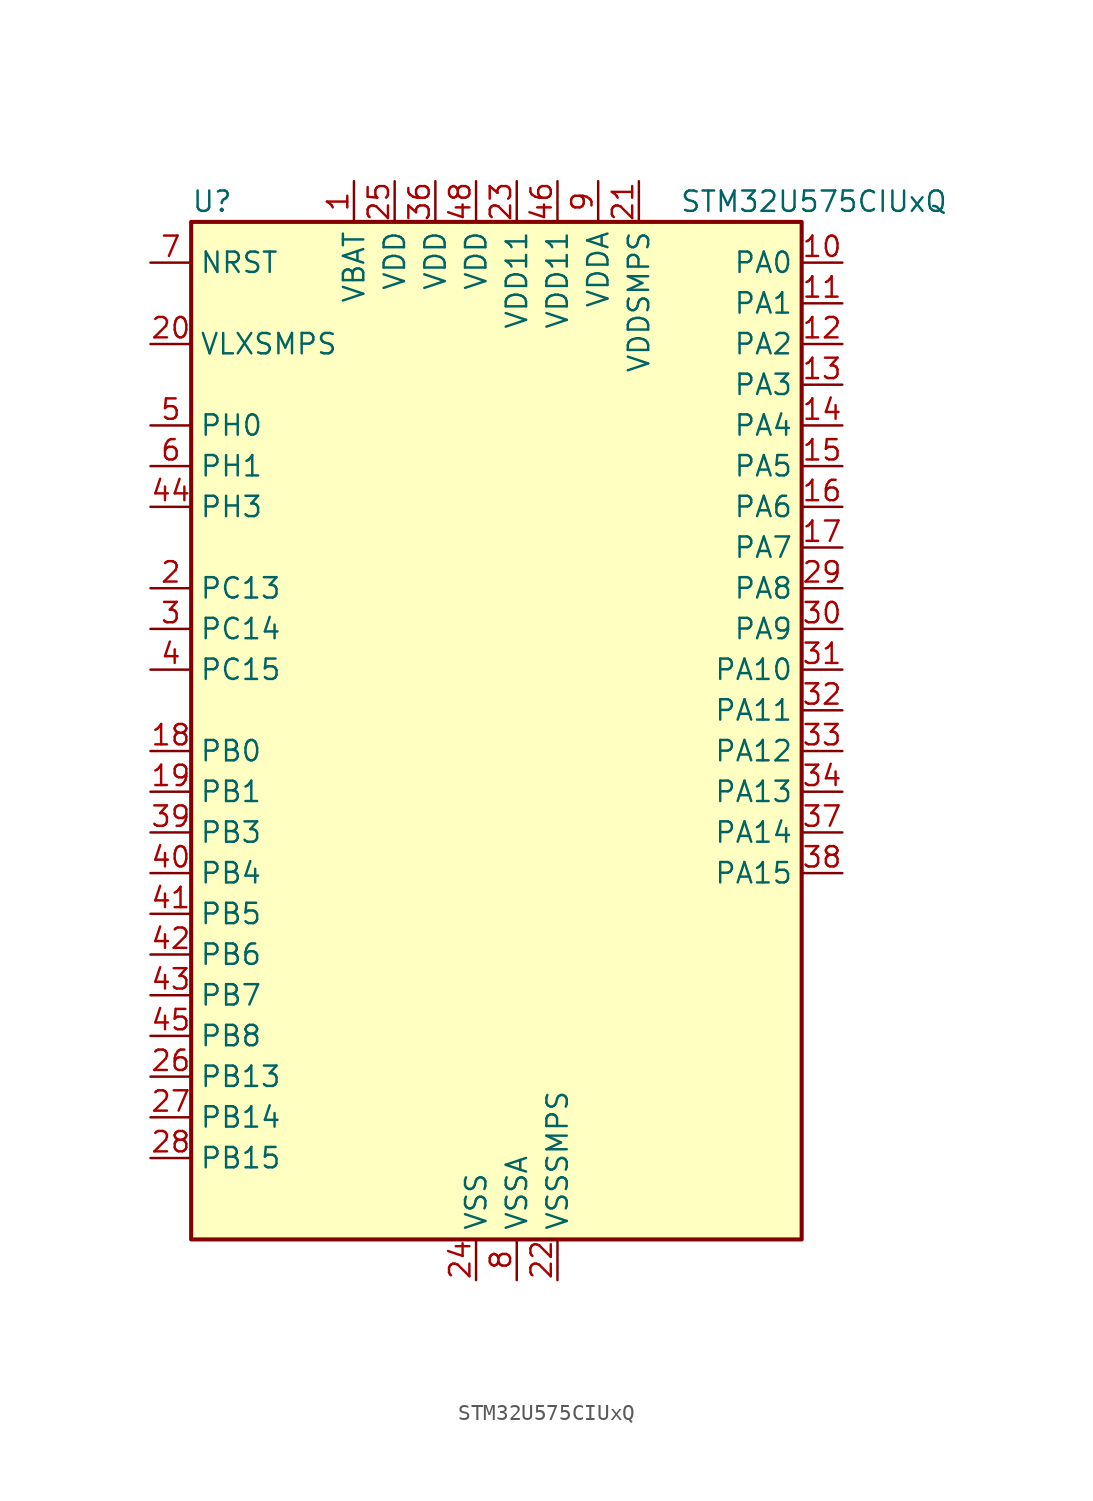
<source format=kicad_sym>
(kicad_symbol_lib
  (version 20211014)
  (generator kicad-library-utils)
  (symbol "STM32U575CIUxQ"
    (property "Reference" "U"
      (at -17.78 34.29 0)
      (effects (font (size 1.27 1.27)) (justify left)))
    (property "Value" "STM32U575CIUxQ"
      (at 12.7 34.29 0)
      (effects (font (size 1.27 1.27)) (justify left)))
    (property "ki_fp_filters" "QFN*1EP*7x7mm*P0.5mm*"
      (at 0.0 0.0 0.0)
      (effects (font (size 1.27 1.27))))
    (symbol "STM32U575CIUxQ_0_1"
      (rectangle (start -17.78 -30.48) (end 20.32 33.02) (stroke (width 0.254)) (fill (type background))))
    (symbol "STM32U575CIUxQ_1_1"
      (pin input line (at -20.32 30.48 0) (length 2.54) (name "NRST" (effects (font (size 1.27 1.27)))) (number "7" (effects (font (size 1.27 1.27)))))
      (pin power_in line (at -20.32 25.4 0) (length 2.54) (name "VLXSMPS" (effects (font (size 1.27 1.27)))) (number "20" (effects (font (size 1.27 1.27)))))
      (pin bidirectional line (at -20.32 20.32 0) (length 2.54) (name "PH0" (effects (font (size 1.27 1.27)))) (number "5" (effects (font (size 1.27 1.27)))) (alternate "RCC_OSC_IN" bidirectional line))
      (pin bidirectional line (at -20.32 17.78 0) (length 2.54) (name "PH1" (effects (font (size 1.27 1.27)))) (number "6" (effects (font (size 1.27 1.27)))) (alternate "RCC_OSC_OUT" bidirectional line))
      (pin bidirectional line (at -20.32 15.24 0) (length 2.54) (name "PH3" (effects (font (size 1.27 1.27)))) (number "44" (effects (font (size 1.27 1.27)))))
      (pin bidirectional line (at -20.32 10.16 0) (length 2.54) (name "PC13" (effects (font (size 1.27 1.27)))) (number "2" (effects (font (size 1.27 1.27)))) (alternate "PWR_WKUP2" bidirectional line) (alternate "RTC_OUT1" bidirectional line) (alternate "RTC_TS" bidirectional line) (alternate "TAMP_IN1" bidirectional line) (alternate "TAMP_OUT2" bidirectional line))
      (pin bidirectional line (at -20.32 7.62 0) (length 2.54) (name "PC14" (effects (font (size 1.27 1.27)))) (number "3" (effects (font (size 1.27 1.27)))) (alternate "RCC_OSC32_IN" bidirectional line))
      (pin bidirectional line (at -20.32 5.08 0) (length 2.54) (name "PC15" (effects (font (size 1.27 1.27)))) (number "4" (effects (font (size 1.27 1.27)))) (alternate "ADC1_EXTI15" bidirectional line) (alternate "ADC4_EXTI15" bidirectional line) (alternate "RCC_OSC32_OUT" bidirectional line))
      (pin bidirectional line (at -20.32 0.0 0) (length 2.54) (name "PB0" (effects (font (size 1.27 1.27)))) (number "18" (effects (font (size 1.27 1.27)))) (alternate "ADC1_IN15" bidirectional line) (alternate "ADC4_IN18" bidirectional line) (alternate "AUDIOCLK" bidirectional line) (alternate "COMP1_OUT" bidirectional line) (alternate "LPTIM3_CH1" bidirectional line) (alternate "OCTOSPIM_P1_IO1" bidirectional line) (alternate "OPAMP2_VOUT" bidirectional line) (alternate "SPI1_NSS" bidirectional line) (alternate "TIM1_CH2N" bidirectional line) (alternate "TIM3_CH3" bidirectional line) (alternate "TIM8_CH2N" bidirectional line) (alternate "USART3_CK" bidirectional line))
      (pin bidirectional line (at -20.32 -2.54 0) (length 2.54) (name "PB1" (effects (font (size 1.27 1.27)))) (number "19" (effects (font (size 1.27 1.27)))) (alternate "ADC1_IN16" bidirectional line) (alternate "ADC4_IN19" bidirectional line) (alternate "COMP1_INM" bidirectional line) (alternate "LPTIM2_IN1" bidirectional line) (alternate "LPTIM3_CH2" bidirectional line) (alternate "LPUART1_DE" bidirectional line) (alternate "LPUART1_RTS" bidirectional line) (alternate "MDF1_SDI0" bidirectional line) (alternate "OCTOSPIM_P1_IO0" bidirectional line) (alternate "PWR_WKUP4" bidirectional line) (alternate "TIM1_CH3N" bidirectional line) (alternate "TIM3_CH4" bidirectional line) (alternate "TIM8_CH3N" bidirectional line) (alternate "USART3_DE" bidirectional line) (alternate "USART3_RTS" bidirectional line))
      (pin bidirectional line (at -20.32 -5.08 0) (length 2.54) (name "PB3" (effects (font (size 1.27 1.27)))) (number "39" (effects (font (size 1.27 1.27)))) (alternate "ADF1_CCK0" bidirectional line) (alternate "COMP2_INM" bidirectional line) (alternate "CRS_SYNC" bidirectional line) (alternate "DEBUG_JTDO-SWO" bidirectional line) (alternate "I2C1_SDA" bidirectional line) (alternate "LPTIM1_CH1" bidirectional line) (alternate "SAI1_SCK_B" bidirectional line) (alternate "SPI1_SCK" bidirectional line) (alternate "SPI3_SCK" bidirectional line) (alternate "TIM2_CH2" bidirectional line) (alternate "USART1_DE" bidirectional line) (alternate "USART1_RTS" bidirectional line))
      (pin bidirectional line (at -20.32 -7.62 0) (length 2.54) (name "PB4" (effects (font (size 1.27 1.27)))) (number "40" (effects (font (size 1.27 1.27)))) (alternate "ADF1_SDI0" bidirectional line) (alternate "COMP2_INP" bidirectional line) (alternate "DEBUG_JTRST" bidirectional line) (alternate "I2C3_SDA" bidirectional line) (alternate "LPTIM1_CH2" bidirectional line) (alternate "SAI1_MCLK_B" bidirectional line) (alternate "SPI1_MISO" bidirectional line) (alternate "SPI3_MISO" bidirectional line) (alternate "TIM17_BKIN" bidirectional line) (alternate "TIM3_CH1" bidirectional line) (alternate "TSC_G2_IO1" bidirectional line) (alternate "USART1_CTS" bidirectional line))
      (pin bidirectional line (at -20.32 -10.16 0) (length 2.54) (name "PB5" (effects (font (size 1.27 1.27)))) (number "41" (effects (font (size 1.27 1.27)))) (alternate "COMP2_OUT" bidirectional line) (alternate "I2C1_SMBA" bidirectional line) (alternate "LPTIM1_IN1" bidirectional line) (alternate "OCTOSPIM_P1_NCLK" bidirectional line) (alternate "PWR_WKUP6" bidirectional line) (alternate "SAI1_SD_B" bidirectional line) (alternate "SPI1_MOSI" bidirectional line) (alternate "SPI3_MOSI" bidirectional line) (alternate "TIM16_BKIN" bidirectional line) (alternate "TIM3_CH2" bidirectional line) (alternate "TSC_G2_IO2" bidirectional line) (alternate "UCPD1_DBCC1" bidirectional line) (alternate "USART1_CK" bidirectional line))
      (pin bidirectional line (at -20.32 -12.7 0) (length 2.54) (name "PB6" (effects (font (size 1.27 1.27)))) (number "42" (effects (font (size 1.27 1.27)))) (alternate "COMP2_INP" bidirectional line) (alternate "I2C1_SCL" bidirectional line) (alternate "I2C4_SCL" bidirectional line) (alternate "LPTIM1_ETR" bidirectional line) (alternate "MDF1_SDI5" bidirectional line) (alternate "PWR_WKUP3" bidirectional line) (alternate "SAI1_FS_B" bidirectional line) (alternate "TIM16_CH1N" bidirectional line) (alternate "TIM4_CH1" bidirectional line) (alternate "TIM8_BKIN2" bidirectional line) (alternate "TSC_G2_IO3" bidirectional line) (alternate "USART1_TX" bidirectional line))
      (pin bidirectional line (at -20.32 -15.24 0) (length 2.54) (name "PB7" (effects (font (size 1.27 1.27)))) (number "43" (effects (font (size 1.27 1.27)))) (alternate "COMP2_INM" bidirectional line) (alternate "I2C1_SDA" bidirectional line) (alternate "I2C4_SDA" bidirectional line) (alternate "LPTIM1_IN2" bidirectional line) (alternate "MDF1_CKI5" bidirectional line) (alternate "PWR_PVD_IN" bidirectional line) (alternate "PWR_WKUP4" bidirectional line) (alternate "TIM17_CH1N" bidirectional line) (alternate "TIM4_CH2" bidirectional line) (alternate "TIM8_BKIN" bidirectional line) (alternate "TSC_G2_IO4" bidirectional line) (alternate "UART4_CTS" bidirectional line) (alternate "USART1_RX" bidirectional line))
      (pin bidirectional line (at -20.32 -17.78 0) (length 2.54) (name "PB8" (effects (font (size 1.27 1.27)))) (number "45" (effects (font (size 1.27 1.27)))) (alternate "FDCAN1_RX" bidirectional line) (alternate "I2C1_SCL" bidirectional line) (alternate "MDF1_CCK0" bidirectional line) (alternate "PWR_WKUP5" bidirectional line) (alternate "SAI1_CK1" bidirectional line) (alternate "SAI1_MCLK_A" bidirectional line) (alternate "SPI3_RDY" bidirectional line) (alternate "TIM16_CH1" bidirectional line) (alternate "TIM4_CH3" bidirectional line))
      (pin bidirectional line (at -20.32 -20.32 0) (length 2.54) (name "PB13" (effects (font (size 1.27 1.27)))) (number "26" (effects (font (size 1.27 1.27)))) (alternate "I2C2_SCL" bidirectional line) (alternate "LPTIM3_IN1" bidirectional line) (alternate "LPUART1_CTS" bidirectional line) (alternate "MDF1_CKI1" bidirectional line) (alternate "SPI2_SCK" bidirectional line) (alternate "TIM15_CH1N" bidirectional line) (alternate "TIM1_CH1N" bidirectional line) (alternate "TSC_G1_IO2" bidirectional line) (alternate "USART3_CTS" bidirectional line))
      (pin bidirectional line (at -20.32 -22.86 0) (length 2.54) (name "PB14" (effects (font (size 1.27 1.27)))) (number "27" (effects (font (size 1.27 1.27)))) (alternate "I2C2_SDA" bidirectional line) (alternate "LPTIM3_ETR" bidirectional line) (alternate "MDF1_SDI2" bidirectional line) (alternate "SPI2_MISO" bidirectional line) (alternate "TIM15_CH1" bidirectional line) (alternate "TIM1_CH2N" bidirectional line) (alternate "TIM8_CH2N" bidirectional line) (alternate "TSC_G1_IO3" bidirectional line) (alternate "UCPD1_DBCC2" bidirectional line) (alternate "USART3_DE" bidirectional line) (alternate "USART3_RTS" bidirectional line))
      (pin bidirectional line (at -20.32 -25.4 0) (length 2.54) (name "PB15" (effects (font (size 1.27 1.27)))) (number "28" (effects (font (size 1.27 1.27)))) (alternate "ADC1_EXTI15" bidirectional line) (alternate "ADC4_EXTI15" bidirectional line) (alternate "LPTIM2_IN2" bidirectional line) (alternate "MDF1_CKI2" bidirectional line) (alternate "PWR_WKUP7" bidirectional line) (alternate "RTC_REFIN" bidirectional line) (alternate "SPI2_MOSI" bidirectional line) (alternate "TIM15_CH2" bidirectional line) (alternate "TIM1_CH3N" bidirectional line) (alternate "TIM8_CH3N" bidirectional line) (alternate "UCPD1_CC2" bidirectional line))
      (pin bidirectional line (at 22.86 30.48 180) (length 2.54) (name "PA0" (effects (font (size 1.27 1.27)))) (number "10" (effects (font (size 1.27 1.27)))) (alternate "ADC1_IN5" bidirectional line) (alternate "AUDIOCLK" bidirectional line) (alternate "OCTOSPIM_P2_NCS" bidirectional line) (alternate "OPAMP1_VINP" bidirectional line) (alternate "PWR_WKUP1" bidirectional line) (alternate "SPI3_RDY" bidirectional line) (alternate "TAMP_IN2" bidirectional line) (alternate "TAMP_OUT1" bidirectional line) (alternate "TIM2_CH1" bidirectional line) (alternate "TIM2_ETR" bidirectional line) (alternate "TIM5_CH1" bidirectional line) (alternate "TIM8_ETR" bidirectional line) (alternate "UART4_TX" bidirectional line) (alternate "USART2_CTS" bidirectional line))
      (pin bidirectional line (at 22.86 27.94 180) (length 2.54) (name "PA1" (effects (font (size 1.27 1.27)))) (number "11" (effects (font (size 1.27 1.27)))) (alternate "ADC1_IN6" bidirectional line) (alternate "I2C1_SMBA" bidirectional line) (alternate "LPTIM1_CH2" bidirectional line) (alternate "OCTOSPIM_P1_DQS" bidirectional line) (alternate "OPAMP1_VINM" bidirectional line) (alternate "PWR_WKUP3" bidirectional line) (alternate "SPI1_SCK" bidirectional line) (alternate "TAMP_IN5" bidirectional line) (alternate "TAMP_OUT4" bidirectional line) (alternate "TIM15_CH1N" bidirectional line) (alternate "TIM2_CH2" bidirectional line) (alternate "TIM5_CH2" bidirectional line) (alternate "UART4_RX" bidirectional line) (alternate "USART2_DE" bidirectional line) (alternate "USART2_RTS" bidirectional line))
      (pin bidirectional line (at 22.86 25.4 180) (length 2.54) (name "PA2" (effects (font (size 1.27 1.27)))) (number "12" (effects (font (size 1.27 1.27)))) (alternate "ADC1_IN7" bidirectional line) (alternate "COMP1_INP" bidirectional line) (alternate "LPUART1_TX" bidirectional line) (alternate "OCTOSPIM_P1_NCS" bidirectional line) (alternate "PWR_WKUP4" bidirectional line) (alternate "RCC_LSCO" bidirectional line) (alternate "SPI1_RDY" bidirectional line) (alternate "TIM15_CH1" bidirectional line) (alternate "TIM2_CH3" bidirectional line) (alternate "TIM5_CH3" bidirectional line) (alternate "UCPD1_FRSTX1" bidirectional line) (alternate "USART2_TX" bidirectional line))
      (pin bidirectional line (at 22.86 22.86 180) (length 2.54) (name "PA3" (effects (font (size 1.27 1.27)))) (number "13" (effects (font (size 1.27 1.27)))) (alternate "ADC1_IN8" bidirectional line) (alternate "LPUART1_RX" bidirectional line) (alternate "OCTOSPIM_P1_CLK" bidirectional line) (alternate "OPAMP1_VOUT" bidirectional line) (alternate "PWR_WKUP5" bidirectional line) (alternate "SAI1_CK1" bidirectional line) (alternate "SAI1_MCLK_A" bidirectional line) (alternate "TIM15_CH2" bidirectional line) (alternate "TIM2_CH4" bidirectional line) (alternate "TIM5_CH4" bidirectional line) (alternate "USART2_RX" bidirectional line))
      (pin bidirectional line (at 22.86 20.32 180) (length 2.54) (name "PA4" (effects (font (size 1.27 1.27)))) (number "14" (effects (font (size 1.27 1.27)))) (alternate "ADC1_IN9" bidirectional line) (alternate "ADC4_IN9" bidirectional line) (alternate "DAC1_OUT1" bidirectional line) (alternate "LPTIM2_CH1" bidirectional line) (alternate "OCTOSPIM_P1_NCS" bidirectional line) (alternate "PWR_WKUP2" bidirectional line) (alternate "SAI1_FS_B" bidirectional line) (alternate "SPI1_NSS" bidirectional line) (alternate "SPI3_NSS" bidirectional line) (alternate "USART2_CK" bidirectional line))
      (pin bidirectional line (at 22.86 17.78 180) (length 2.54) (name "PA5" (effects (font (size 1.27 1.27)))) (number "15" (effects (font (size 1.27 1.27)))) (alternate "ADC1_IN10" bidirectional line) (alternate "ADC4_IN10" bidirectional line) (alternate "DAC1_OUT2" bidirectional line) (alternate "LPTIM2_ETR" bidirectional line) (alternate "PWR_CSLEEP" bidirectional line) (alternate "PWR_WKUP6" bidirectional line) (alternate "SPI1_SCK" bidirectional line) (alternate "TIM2_CH1" bidirectional line) (alternate "TIM2_ETR" bidirectional line) (alternate "TIM8_CH1N" bidirectional line) (alternate "USART3_RX" bidirectional line))
      (pin bidirectional line (at 22.86 15.24 180) (length 2.54) (name "PA6" (effects (font (size 1.27 1.27)))) (number "16" (effects (font (size 1.27 1.27)))) (alternate "ADC1_IN11" bidirectional line) (alternate "ADC4_IN11" bidirectional line) (alternate "LPUART1_CTS" bidirectional line) (alternate "OCTOSPIM_P1_IO3" bidirectional line) (alternate "OPAMP2_VINP" bidirectional line) (alternate "PWR_CDSTOP" bidirectional line) (alternate "PWR_WKUP7" bidirectional line) (alternate "SPI1_MISO" bidirectional line) (alternate "TIM16_CH1" bidirectional line) (alternate "TIM1_BKIN" bidirectional line) (alternate "TIM3_CH1" bidirectional line) (alternate "TIM8_BKIN" bidirectional line) (alternate "USART3_CTS" bidirectional line))
      (pin bidirectional line (at 22.86 12.7 180) (length 2.54) (name "PA7" (effects (font (size 1.27 1.27)))) (number "17" (effects (font (size 1.27 1.27)))) (alternate "ADC1_IN12" bidirectional line) (alternate "ADC4_IN20" bidirectional line) (alternate "I2C3_SCL" bidirectional line) (alternate "LPTIM2_CH2" bidirectional line) (alternate "OCTOSPIM_P1_IO2" bidirectional line) (alternate "OPAMP2_VINM" bidirectional line) (alternate "PWR_SRDSTOP" bidirectional line) (alternate "PWR_WKUP8" bidirectional line) (alternate "SPI1_MOSI" bidirectional line) (alternate "TIM17_CH1" bidirectional line) (alternate "TIM1_CH1N" bidirectional line) (alternate "TIM3_CH2" bidirectional line) (alternate "TIM8_CH1N" bidirectional line) (alternate "USART3_TX" bidirectional line))
      (pin bidirectional line (at 22.86 10.16 180) (length 2.54) (name "PA8" (effects (font (size 1.27 1.27)))) (number "29" (effects (font (size 1.27 1.27)))) (alternate "DEBUG_TRACECLK" bidirectional line) (alternate "LPTIM2_CH1" bidirectional line) (alternate "RCC_MCO" bidirectional line) (alternate "SAI1_CK2" bidirectional line) (alternate "SAI1_SCK_A" bidirectional line) (alternate "SPI1_RDY" bidirectional line) (alternate "TIM1_CH1" bidirectional line) (alternate "USART1_CK" bidirectional line) (alternate "USB_OTG_FS_SOF" bidirectional line))
      (pin bidirectional line (at 22.86 7.62 180) (length 2.54) (name "PA9" (effects (font (size 1.27 1.27)))) (number "30" (effects (font (size 1.27 1.27)))) (alternate "DAC1_EXTI9" bidirectional line) (alternate "SAI1_FS_A" bidirectional line) (alternate "SPI2_SCK" bidirectional line) (alternate "TIM15_BKIN" bidirectional line) (alternate "TIM1_CH2" bidirectional line) (alternate "USART1_TX" bidirectional line) (alternate "USB_OTG_FS_VBUS" bidirectional line))
      (pin bidirectional line (at 22.86 5.08 180) (length 2.54) (name "PA10" (effects (font (size 1.27 1.27)))) (number "31" (effects (font (size 1.27 1.27)))) (alternate "CRS_SYNC" bidirectional line) (alternate "LPTIM2_IN2" bidirectional line) (alternate "SAI1_D1" bidirectional line) (alternate "SAI1_SD_A" bidirectional line) (alternate "TIM17_BKIN" bidirectional line) (alternate "TIM1_CH3" bidirectional line) (alternate "USART1_RX" bidirectional line) (alternate "USB_OTG_FS_ID" bidirectional line))
      (pin bidirectional line (at 22.86 2.54 180) (length 2.54) (name "PA11" (effects (font (size 1.27 1.27)))) (number "32" (effects (font (size 1.27 1.27)))) (alternate "ADC1_EXTI11" bidirectional line) (alternate "FDCAN1_RX" bidirectional line) (alternate "SPI1_MISO" bidirectional line) (alternate "TIM1_BKIN2" bidirectional line) (alternate "TIM1_CH4" bidirectional line) (alternate "USART1_CTS" bidirectional line) (alternate "USB_OTG_FS_DM" bidirectional line))
      (pin bidirectional line (at 22.86 0.0 180) (length 2.54) (name "PA12" (effects (font (size 1.27 1.27)))) (number "33" (effects (font (size 1.27 1.27)))) (alternate "FDCAN1_TX" bidirectional line) (alternate "OCTOSPIM_P2_NCS" bidirectional line) (alternate "SPI1_MOSI" bidirectional line) (alternate "TIM1_ETR" bidirectional line) (alternate "USART1_DE" bidirectional line) (alternate "USART1_RTS" bidirectional line) (alternate "USB_OTG_FS_DP" bidirectional line))
      (pin bidirectional line (at 22.86 -2.54 180) (length 2.54) (name "PA13" (effects (font (size 1.27 1.27)))) (number "34" (effects (font (size 1.27 1.27)))) (alternate "DEBUG_JTMS-SWDIO" bidirectional line) (alternate "IR_OUT" bidirectional line) (alternate "SAI1_SD_B" bidirectional line) (alternate "USB_OTG_FS_NOE" bidirectional line))
      (pin bidirectional line (at 22.86 -5.08 180) (length 2.54) (name "PA14" (effects (font (size 1.27 1.27)))) (number "37" (effects (font (size 1.27 1.27)))) (alternate "DEBUG_JTCK-SWCLK" bidirectional line) (alternate "I2C1_SMBA" bidirectional line) (alternate "I2C4_SMBA" bidirectional line) (alternate "LPTIM1_CH1" bidirectional line) (alternate "SAI1_FS_B" bidirectional line) (alternate "USB_OTG_FS_SOF" bidirectional line))
      (pin bidirectional line (at 22.86 -7.62 180) (length 2.54) (name "PA15" (effects (font (size 1.27 1.27)))) (number "38" (effects (font (size 1.27 1.27)))) (alternate "ADC1_EXTI15" bidirectional line) (alternate "ADC4_EXTI15" bidirectional line) (alternate "DEBUG_JTDI" bidirectional line) (alternate "SPI1_NSS" bidirectional line) (alternate "SPI3_NSS" bidirectional line) (alternate "TIM2_CH1" bidirectional line) (alternate "TIM2_ETR" bidirectional line) (alternate "UART4_DE" bidirectional line) (alternate "UART4_RTS" bidirectional line) (alternate "UCPD1_CC1" bidirectional line) (alternate "USART2_RX" bidirectional line) (alternate "USART3_DE" bidirectional line) (alternate "USART3_RTS" bidirectional line))
      (pin power_in line (at -7.62 35.56 270) (length 2.54) (name "VBAT" (effects (font (size 1.27 1.27)))) (number "1" (effects (font (size 1.27 1.27)))))
      (pin power_in line (at -5.08 35.56 270) (length 2.54) (name "VDD" (effects (font (size 1.27 1.27)))) (number "25" (effects (font (size 1.27 1.27)))))
      (pin power_in line (at -2.54 35.56 270) (length 2.54) (name "VDD" (effects (font (size 1.27 1.27)))) (number "36" (effects (font (size 1.27 1.27)))))
      (pin power_in line (at 0.0 35.56 270) (length 2.54) (name "VDD" (effects (font (size 1.27 1.27)))) (number "48" (effects (font (size 1.27 1.27)))))
      (pin power_in line (at 2.54 35.56 270) (length 2.54) (name "VDD11" (effects (font (size 1.27 1.27)))) (number "23" (effects (font (size 1.27 1.27)))))
      (pin power_in line (at 5.08 35.56 270) (length 2.54) (name "VDD11" (effects (font (size 1.27 1.27)))) (number "46" (effects (font (size 1.27 1.27)))))
      (pin power_in line (at 7.62 35.56 270) (length 2.54) (name "VDDA" (effects (font (size 1.27 1.27)))) (number "9" (effects (font (size 1.27 1.27)))))
      (pin power_in line (at 10.16 35.56 270) (length 2.54) (name "VDDSMPS" (effects (font (size 1.27 1.27)))) (number "21" (effects (font (size 1.27 1.27)))))
      (pin power_in line (at 0.0 -33.02 90) (length 2.54) (name "VSS" (effects (font (size 1.27 1.27)))) (number "24" (effects (font (size 1.27 1.27)))))
      (pin passive line (at 0.0 -33.02 90) (length 2.54) hide (name "VSS" (effects (font (size 1.27 1.27)))) (number "35" (effects (font (size 1.27 1.27)))))
      (pin passive line (at 0.0 -33.02 90) (length 2.54) hide (name "VSS" (effects (font (size 1.27 1.27)))) (number "47" (effects (font (size 1.27 1.27)))))
      (pin passive line (at 0.0 -33.02 90) (length 2.54) hide (name "VSS" (effects (font (size 1.27 1.27)))) (number "49" (effects (font (size 1.27 1.27)))))
      (pin power_in line (at 2.54 -33.02 90) (length 2.54) (name "VSSA" (effects (font (size 1.27 1.27)))) (number "8" (effects (font (size 1.27 1.27)))))
      (pin power_in line (at 5.08 -33.02 90) (length 2.54) (name "VSSSMPS" (effects (font (size 1.27 1.27)))) (number "22" (effects (font (size 1.27 1.27))))))))
</source>
